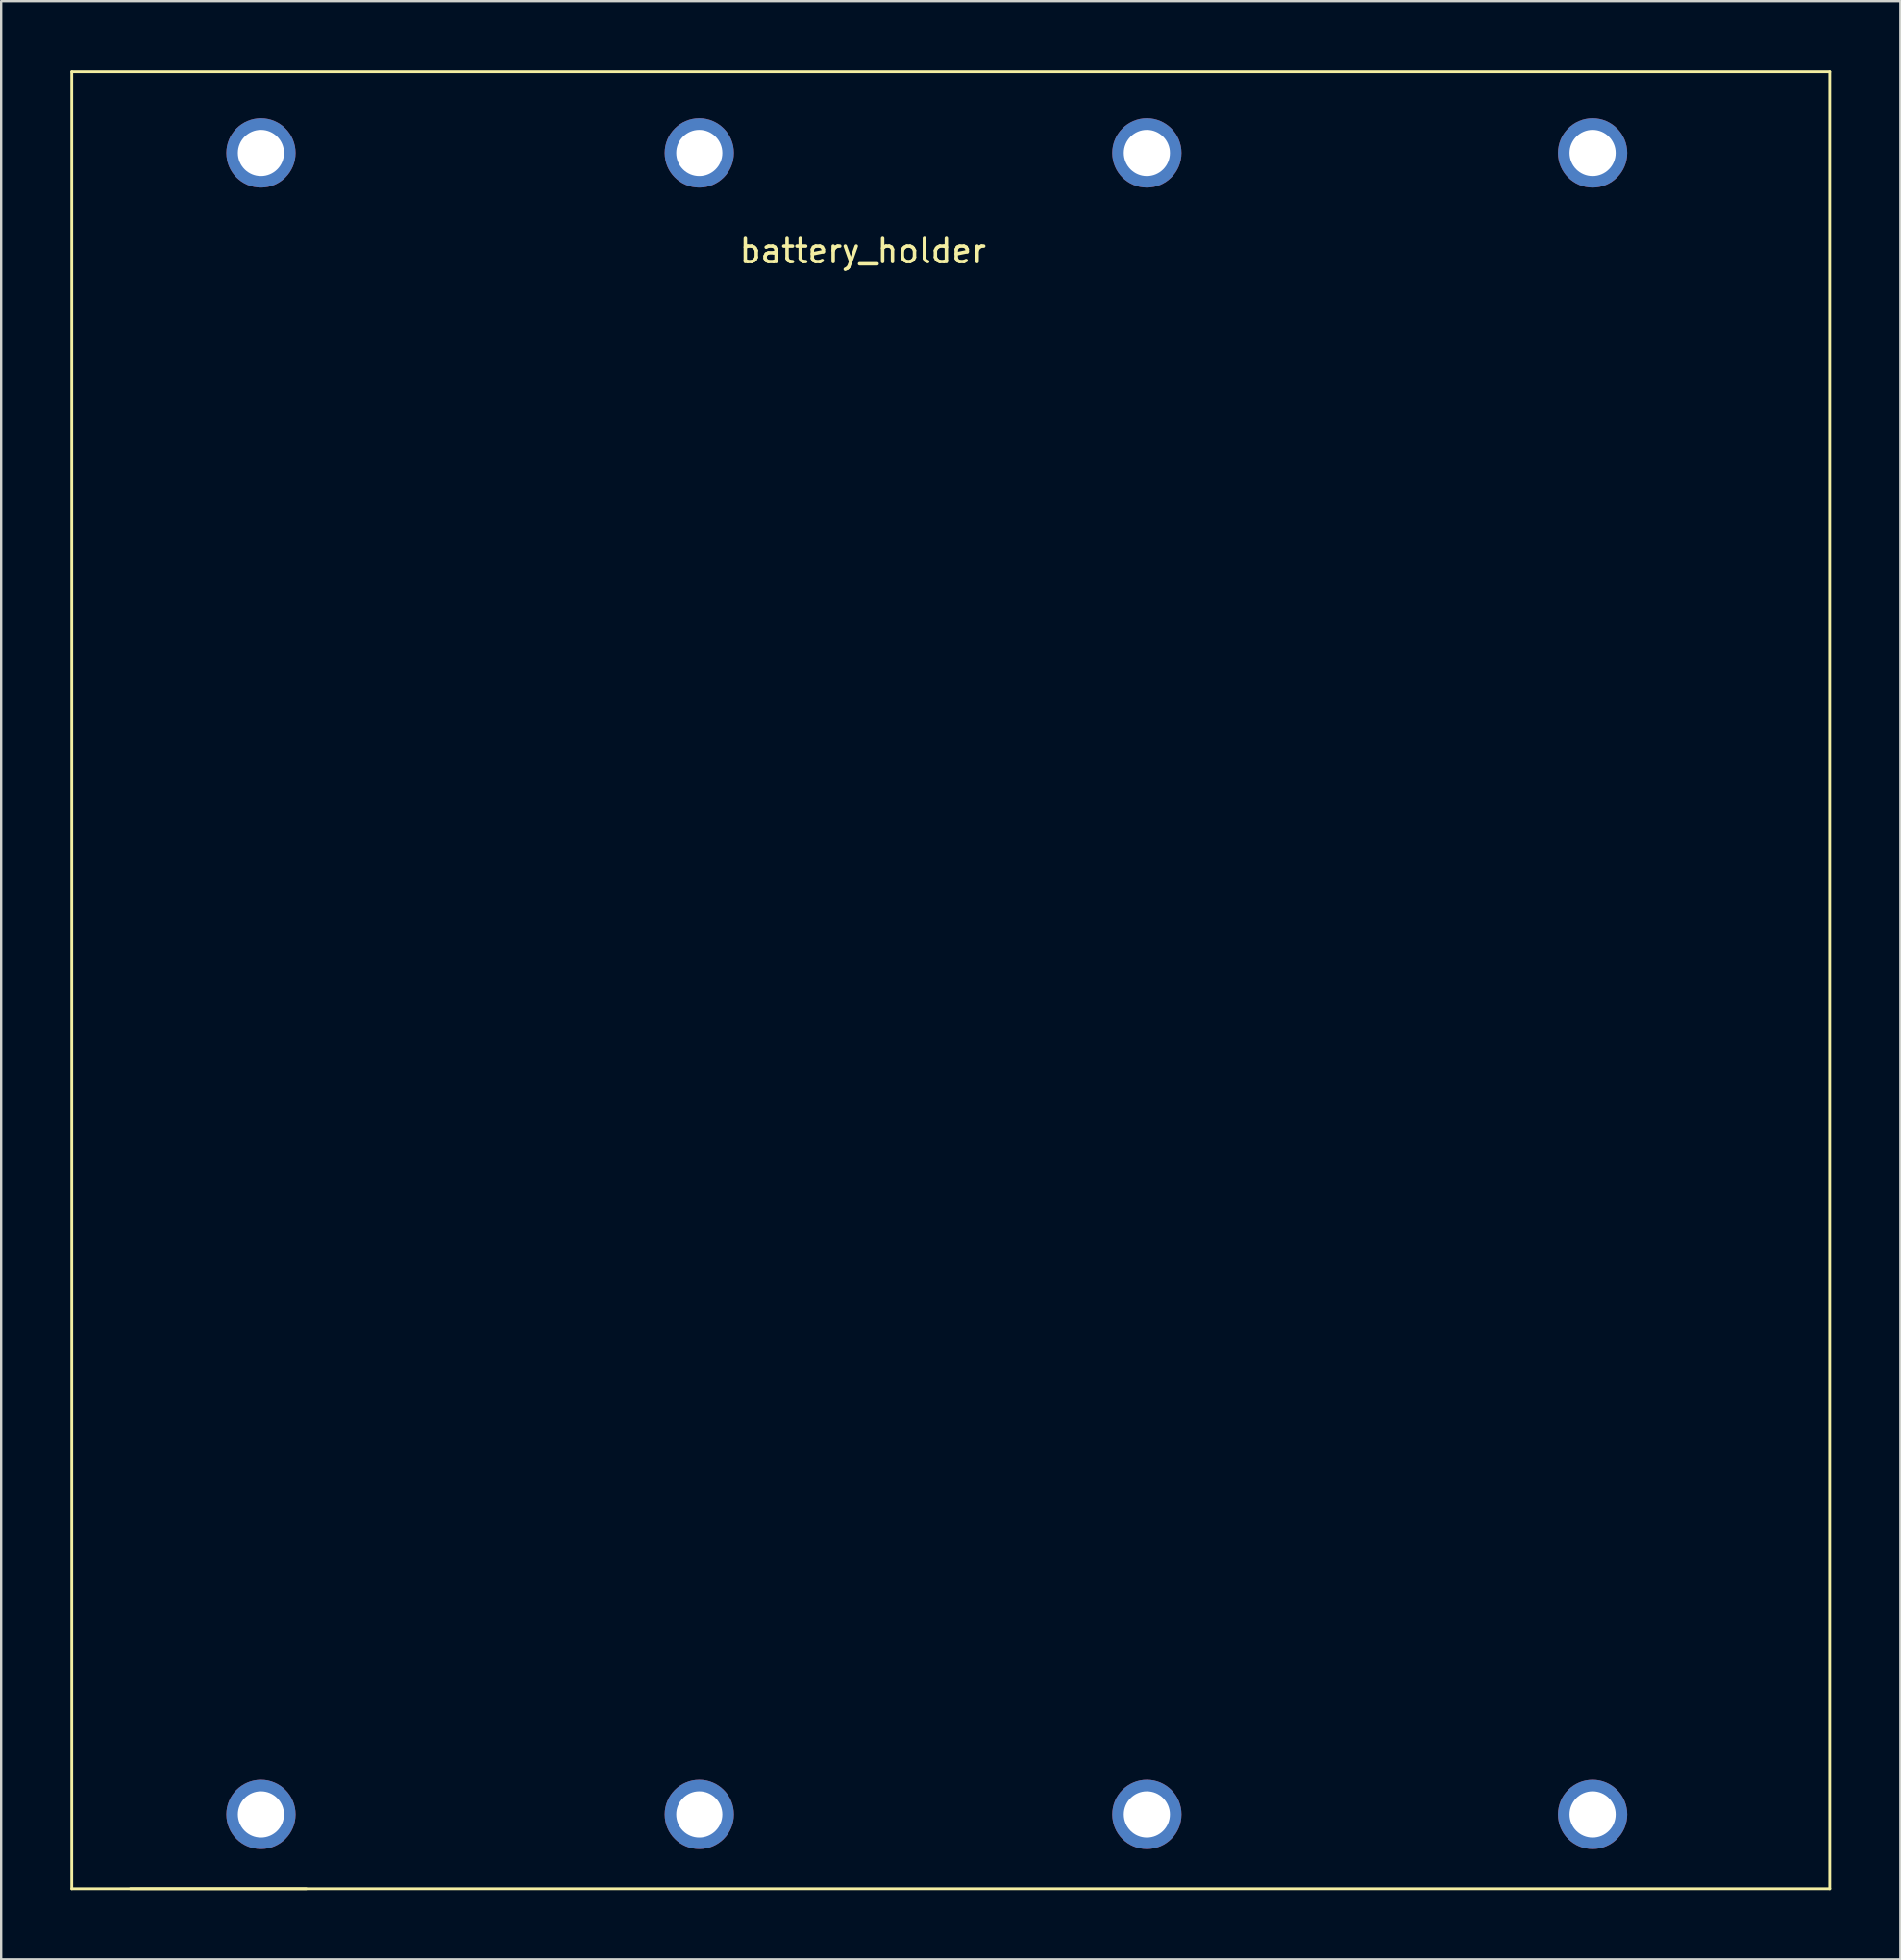
<source format=kicad_pcb>
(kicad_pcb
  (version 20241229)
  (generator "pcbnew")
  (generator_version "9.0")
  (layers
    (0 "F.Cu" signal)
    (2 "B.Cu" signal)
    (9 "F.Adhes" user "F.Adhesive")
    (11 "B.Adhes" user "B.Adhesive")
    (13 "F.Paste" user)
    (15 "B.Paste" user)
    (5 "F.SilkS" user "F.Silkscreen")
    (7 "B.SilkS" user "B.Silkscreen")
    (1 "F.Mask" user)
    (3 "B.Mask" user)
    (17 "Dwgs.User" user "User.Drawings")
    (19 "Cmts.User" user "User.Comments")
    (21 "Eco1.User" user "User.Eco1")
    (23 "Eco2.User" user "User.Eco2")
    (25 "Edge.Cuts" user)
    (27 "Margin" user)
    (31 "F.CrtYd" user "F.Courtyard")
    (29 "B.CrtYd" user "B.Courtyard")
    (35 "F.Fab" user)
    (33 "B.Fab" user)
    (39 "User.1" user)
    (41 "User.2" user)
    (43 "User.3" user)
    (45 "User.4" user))
  (footprint "battery_holder"
    (layer "F.Cu")
    (at 33.08 43.24)
    (property "Reference" "battery_holder" (at 1.27 -35.41 0) (layer "F.SilkS") (effects (font (size 1 1) (thickness 0.15))))
    (attr through_hole)
    (fp_line (start -33.02 -43.18) (end -33.02 35.56) (stroke (width 0.12) (type solid)) (layer "F.SilkS"))
    (fp_line (start -33.02 -43.18) (end 43.18 -43.18) (stroke (width 0.12) (type solid)) (layer "F.SilkS"))
    (fp_line (start -33.02 35.56) (end -22.86 35.56) (stroke (width 0.12) (type solid)) (layer "F.SilkS"))
    (fp_line (start 43.18 -43.18) (end 43.18 35.56) (stroke (width 0.12) (type solid)) (layer "F.SilkS"))
    (fp_line (start 43.18 35.56) (end -30.48 35.56) (stroke (width 0.12) (type solid)) (layer "F.SilkS"))
    (pad "1" thru_hole circle (at -24.82 -39.66) (size 3 3) (drill 2) (layers "*.Cu" "*.Mask"))
    (pad "2" thru_hole circle (at -5.82 -39.66) (size 3 3) (drill 2) (layers "*.Cu" "*.Mask"))
    (pad "3" thru_hole circle (at 13.58 -39.66) (size 3 3) (drill 2) (layers "*.Cu" "*.Mask"))
    (pad "4" thru_hole circle (at 32.9 -39.66) (size 3 3) (drill 2) (layers "*.Cu" "*.Mask"))
    (pad "5" thru_hole circle (at 32.9 32.34) (size 3 3) (drill 2) (layers "*.Cu" "*.Mask"))
    (pad "6" thru_hole circle (at 13.58 32.34) (size 3 3) (drill 2) (layers "*.Cu" "*.Mask"))
    (pad "7" thru_hole circle (at -5.82 32.34) (size 3 3) (drill 2) (layers "*.Cu" "*.Mask"))
    (pad "8" thru_hole circle (at -24.82 32.34) (size 3 3) (drill 2) (layers "*.Cu" "*.Mask")))
  (gr_rect
    (start -3 -3)
    (end 79.32 81.86)
    (stroke (width 0.1) (type default))
    (fill no)
    (layer "Edge.Cuts")))
</source>
